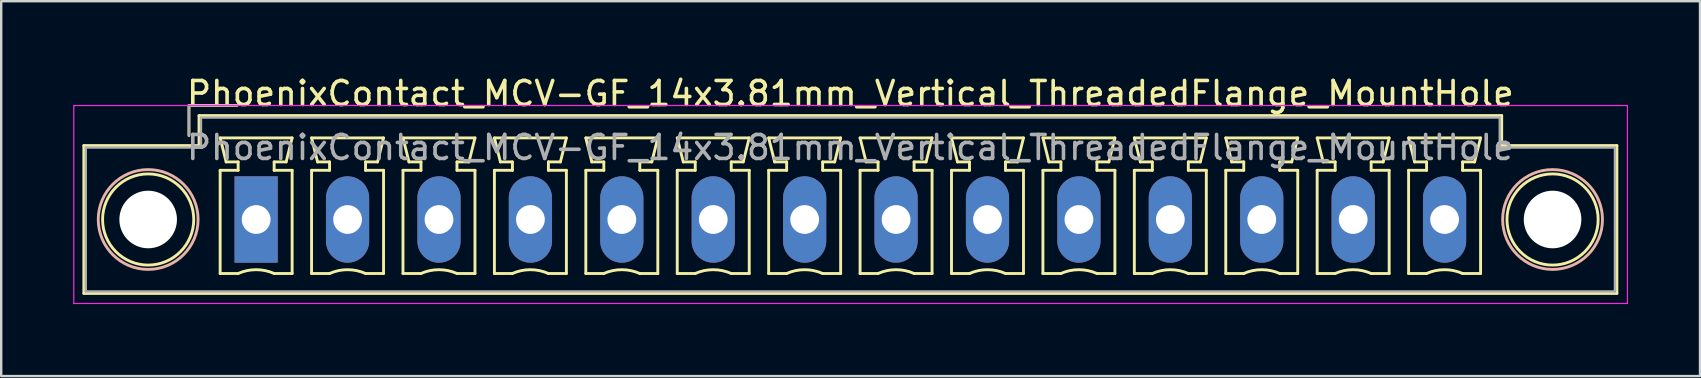
<source format=kicad_pcb>
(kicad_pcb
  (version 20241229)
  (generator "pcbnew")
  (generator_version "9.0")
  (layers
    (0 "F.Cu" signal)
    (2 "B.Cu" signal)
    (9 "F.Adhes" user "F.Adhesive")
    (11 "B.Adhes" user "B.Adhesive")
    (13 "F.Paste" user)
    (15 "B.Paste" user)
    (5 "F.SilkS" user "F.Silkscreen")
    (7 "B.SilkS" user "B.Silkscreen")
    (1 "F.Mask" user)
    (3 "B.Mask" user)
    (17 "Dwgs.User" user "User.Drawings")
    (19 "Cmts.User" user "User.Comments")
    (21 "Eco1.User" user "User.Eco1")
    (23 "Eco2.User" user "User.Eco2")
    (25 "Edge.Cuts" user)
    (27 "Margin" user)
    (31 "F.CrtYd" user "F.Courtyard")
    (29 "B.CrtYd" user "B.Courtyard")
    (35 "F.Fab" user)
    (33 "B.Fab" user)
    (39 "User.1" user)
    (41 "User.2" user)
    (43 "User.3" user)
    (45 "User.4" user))
  (footprint "PhoenixContact_MCV-GF_14x3.81mm_Vertical_ThreadedFlange_MountHole"
    (layer "F.Cu")
    (at 7.625 6.098)
    (property "Reference" "PhoenixContact_MCV-GF_14x3.81mm_Vertical_ThreadedFlange_MountHole" (at 24.765 -5.25 0) (layer "F.SilkS") (effects (font (size 1 1) (thickness 0.15))))
    (attr through_hole)
    (fp_line (start -7.18 -3.08) (end -7.18 3.08) (stroke (width 0.12) (type solid)) (layer "F.SilkS"))
    (fp_line (start -7.18 3.08) (end 56.71 3.08) (stroke (width 0.12) (type solid)) (layer "F.SilkS"))
    (fp_line (start -2.8 -4.75) (end -0.8 -4.75) (stroke (width 0.12) (type solid)) (layer "F.SilkS"))
    (fp_line (start -2.8 -3.5) (end -2.8 -4.75) (stroke (width 0.12) (type solid)) (layer "F.SilkS"))
    (fp_line (start -2.38 -4.33) (end -2.38 -3.08) (stroke (width 0.12) (type solid)) (layer "F.SilkS"))
    (fp_line (start -2.38 -3.08) (end -7.18 -3.08) (stroke (width 0.12) (type solid)) (layer "F.SilkS"))
    (fp_line (start -1.5 -3.4) (end 1.5 -3.4) (stroke (width 0.12) (type solid)) (layer "F.SilkS"))
    (fp_line (start -1.5 -2.05) (end -0.75 -2.05) (stroke (width 0.12) (type solid)) (layer "F.SilkS"))
    (fp_line (start -1.5 2.25) (end -1.5 -2.05) (stroke (width 0.12) (type solid)) (layer "F.SilkS"))
    (fp_line (start -1.25 -2.4) (end -1.5 -3.4) (stroke (width 0.12) (type solid)) (layer "F.SilkS"))
    (fp_line (start -0.75 -2.4) (end -1.25 -2.4) (stroke (width 0.12) (type solid)) (layer "F.SilkS"))
    (fp_line (start -0.75 -2.05) (end -0.75 -2.4) (stroke (width 0.12) (type solid)) (layer "F.SilkS"))
    (fp_line (start -0.75 2.25) (end -1.5 2.25) (stroke (width 0.12) (type solid)) (layer "F.SilkS"))
    (fp_line (start 0.75 -2.4) (end 0.75 -2.05) (stroke (width 0.12) (type solid)) (layer "F.SilkS"))
    (fp_line (start 0.75 -2.05) (end 1.5 -2.05) (stroke (width 0.12) (type solid)) (layer "F.SilkS"))
    (fp_line (start 1.25 -2.4) (end 0.75 -2.4) (stroke (width 0.12) (type solid)) (layer "F.SilkS"))
    (fp_line (start 1.5 -3.4) (end 1.25 -2.4) (stroke (width 0.12) (type solid)) (layer "F.SilkS"))
    (fp_line (start 1.5 -2.05) (end 1.5 2.25) (stroke (width 0.12) (type solid)) (layer "F.SilkS"))
    (fp_line (start 1.5 2.25) (end 0.75 2.25) (stroke (width 0.12) (type solid)) (layer "F.SilkS"))
    (fp_line (start 2.31 -3.4) (end 5.31 -3.4) (stroke (width 0.12) (type solid)) (layer "F.SilkS"))
    (fp_line (start 2.31 -2.05) (end 3.06 -2.05) (stroke (width 0.12) (type solid)) (layer "F.SilkS"))
    (fp_line (start 2.31 2.25) (end 2.31 -2.05) (stroke (width 0.12) (type solid)) (layer "F.SilkS"))
    (fp_line (start 2.56 -2.4) (end 2.31 -3.4) (stroke (width 0.12) (type solid)) (layer "F.SilkS"))
    (fp_line (start 3.06 -2.4) (end 2.56 -2.4) (stroke (width 0.12) (type solid)) (layer "F.SilkS"))
    (fp_line (start 3.06 -2.05) (end 3.06 -2.4) (stroke (width 0.12) (type solid)) (layer "F.SilkS"))
    (fp_line (start 3.06 2.25) (end 2.31 2.25) (stroke (width 0.12) (type solid)) (layer "F.SilkS"))
    (fp_line (start 4.56 -2.4) (end 4.56 -2.05) (stroke (width 0.12) (type solid)) (layer "F.SilkS"))
    (fp_line (start 4.56 -2.05) (end 5.31 -2.05) (stroke (width 0.12) (type solid)) (layer "F.SilkS"))
    (fp_line (start 5.06 -2.4) (end 4.56 -2.4) (stroke (width 0.12) (type solid)) (layer "F.SilkS"))
    (fp_line (start 5.31 -3.4) (end 5.06 -2.4) (stroke (width 0.12) (type solid)) (layer "F.SilkS"))
    (fp_line (start 5.31 -2.05) (end 5.31 2.25) (stroke (width 0.12) (type solid)) (layer "F.SilkS"))
    (fp_line (start 5.31 2.25) (end 4.56 2.25) (stroke (width 0.12) (type solid)) (layer "F.SilkS"))
    (fp_line (start 6.12 -3.4) (end 9.12 -3.4) (stroke (width 0.12) (type solid)) (layer "F.SilkS"))
    (fp_line (start 6.12 -2.05) (end 6.87 -2.05) (stroke (width 0.12) (type solid)) (layer "F.SilkS"))
    (fp_line (start 6.12 2.25) (end 6.12 -2.05) (stroke (width 0.12) (type solid)) (layer "F.SilkS"))
    (fp_line (start 6.37 -2.4) (end 6.12 -3.4) (stroke (width 0.12) (type solid)) (layer "F.SilkS"))
    (fp_line (start 6.87 -2.4) (end 6.37 -2.4) (stroke (width 0.12) (type solid)) (layer "F.SilkS"))
    (fp_line (start 6.87 -2.05) (end 6.87 -2.4) (stroke (width 0.12) (type solid)) (layer "F.SilkS"))
    (fp_line (start 6.87 2.25) (end 6.12 2.25) (stroke (width 0.12) (type solid)) (layer "F.SilkS"))
    (fp_line (start 8.37 -2.4) (end 8.37 -2.05) (stroke (width 0.12) (type solid)) (layer "F.SilkS"))
    (fp_line (start 8.37 -2.05) (end 9.12 -2.05) (stroke (width 0.12) (type solid)) (layer "F.SilkS"))
    (fp_line (start 8.87 -2.4) (end 8.37 -2.4) (stroke (width 0.12) (type solid)) (layer "F.SilkS"))
    (fp_line (start 9.12 -3.4) (end 8.87 -2.4) (stroke (width 0.12) (type solid)) (layer "F.SilkS"))
    (fp_line (start 9.12 -2.05) (end 9.12 2.25) (stroke (width 0.12) (type solid)) (layer "F.SilkS"))
    (fp_line (start 9.12 2.25) (end 8.37 2.25) (stroke (width 0.12) (type solid)) (layer "F.SilkS"))
    (fp_line (start 9.93 -3.4) (end 12.93 -3.4) (stroke (width 0.12) (type solid)) (layer "F.SilkS"))
    (fp_line (start 9.93 -2.05) (end 10.68 -2.05) (stroke (width 0.12) (type solid)) (layer "F.SilkS"))
    (fp_line (start 9.93 2.25) (end 9.93 -2.05) (stroke (width 0.12) (type solid)) (layer "F.SilkS"))
    (fp_line (start 10.18 -2.4) (end 9.93 -3.4) (stroke (width 0.12) (type solid)) (layer "F.SilkS"))
    (fp_line (start 10.68 -2.4) (end 10.18 -2.4) (stroke (width 0.12) (type solid)) (layer "F.SilkS"))
    (fp_line (start 10.68 -2.05) (end 10.68 -2.4) (stroke (width 0.12) (type solid)) (layer "F.SilkS"))
    (fp_line (start 10.68 2.25) (end 9.93 2.25) (stroke (width 0.12) (type solid)) (layer "F.SilkS"))
    (fp_line (start 12.18 -2.4) (end 12.18 -2.05) (stroke (width 0.12) (type solid)) (layer "F.SilkS"))
    (fp_line (start 12.18 -2.05) (end 12.93 -2.05) (stroke (width 0.12) (type solid)) (layer "F.SilkS"))
    (fp_line (start 12.68 -2.4) (end 12.18 -2.4) (stroke (width 0.12) (type solid)) (layer "F.SilkS"))
    (fp_line (start 12.93 -3.4) (end 12.68 -2.4) (stroke (width 0.12) (type solid)) (layer "F.SilkS"))
    (fp_line (start 12.93 -2.05) (end 12.93 2.25) (stroke (width 0.12) (type solid)) (layer "F.SilkS"))
    (fp_line (start 12.93 2.25) (end 12.18 2.25) (stroke (width 0.12) (type solid)) (layer "F.SilkS"))
    (fp_line (start 13.74 -3.4) (end 16.74 -3.4) (stroke (width 0.12) (type solid)) (layer "F.SilkS"))
    (fp_line (start 13.74 -2.05) (end 14.49 -2.05) (stroke (width 0.12) (type solid)) (layer "F.SilkS"))
    (fp_line (start 13.74 2.25) (end 13.74 -2.05) (stroke (width 0.12) (type solid)) (layer "F.SilkS"))
    (fp_line (start 13.99 -2.4) (end 13.74 -3.4) (stroke (width 0.12) (type solid)) (layer "F.SilkS"))
    (fp_line (start 14.49 -2.4) (end 13.99 -2.4) (stroke (width 0.12) (type solid)) (layer "F.SilkS"))
    (fp_line (start 14.49 -2.05) (end 14.49 -2.4) (stroke (width 0.12) (type solid)) (layer "F.SilkS"))
    (fp_line (start 14.49 2.25) (end 13.74 2.25) (stroke (width 0.12) (type solid)) (layer "F.SilkS"))
    (fp_line (start 15.99 -2.4) (end 15.99 -2.05) (stroke (width 0.12) (type solid)) (layer "F.SilkS"))
    (fp_line (start 15.99 -2.05) (end 16.74 -2.05) (stroke (width 0.12) (type solid)) (layer "F.SilkS"))
    (fp_line (start 16.49 -2.4) (end 15.99 -2.4) (stroke (width 0.12) (type solid)) (layer "F.SilkS"))
    (fp_line (start 16.74 -3.4) (end 16.49 -2.4) (stroke (width 0.12) (type solid)) (layer "F.SilkS"))
    (fp_line (start 16.74 -2.05) (end 16.74 2.25) (stroke (width 0.12) (type solid)) (layer "F.SilkS"))
    (fp_line (start 16.74 2.25) (end 15.99 2.25) (stroke (width 0.12) (type solid)) (layer "F.SilkS"))
    (fp_line (start 17.55 -3.4) (end 20.55 -3.4) (stroke (width 0.12) (type solid)) (layer "F.SilkS"))
    (fp_line (start 17.55 -2.05) (end 18.3 -2.05) (stroke (width 0.12) (type solid)) (layer "F.SilkS"))
    (fp_line (start 17.55 2.25) (end 17.55 -2.05) (stroke (width 0.12) (type solid)) (layer "F.SilkS"))
    (fp_line (start 17.8 -2.4) (end 17.55 -3.4) (stroke (width 0.12) (type solid)) (layer "F.SilkS"))
    (fp_line (start 18.3 -2.4) (end 17.8 -2.4) (stroke (width 0.12) (type solid)) (layer "F.SilkS"))
    (fp_line (start 18.3 -2.05) (end 18.3 -2.4) (stroke (width 0.12) (type solid)) (layer "F.SilkS"))
    (fp_line (start 18.3 2.25) (end 17.55 2.25) (stroke (width 0.12) (type solid)) (layer "F.SilkS"))
    (fp_line (start 19.8 -2.4) (end 19.8 -2.05) (stroke (width 0.12) (type solid)) (layer "F.SilkS"))
    (fp_line (start 19.8 -2.05) (end 20.55 -2.05) (stroke (width 0.12) (type solid)) (layer "F.SilkS"))
    (fp_line (start 20.3 -2.4) (end 19.8 -2.4) (stroke (width 0.12) (type solid)) (layer "F.SilkS"))
    (fp_line (start 20.55 -3.4) (end 20.3 -2.4) (stroke (width 0.12) (type solid)) (layer "F.SilkS"))
    (fp_line (start 20.55 -2.05) (end 20.55 2.25) (stroke (width 0.12) (type solid)) (layer "F.SilkS"))
    (fp_line (start 20.55 2.25) (end 19.8 2.25) (stroke (width 0.12) (type solid)) (layer "F.SilkS"))
    (fp_line (start 21.36 -3.4) (end 24.36 -3.4) (stroke (width 0.12) (type solid)) (layer "F.SilkS"))
    (fp_line (start 21.36 -2.05) (end 22.11 -2.05) (stroke (width 0.12) (type solid)) (layer "F.SilkS"))
    (fp_line (start 21.36 2.25) (end 21.36 -2.05) (stroke (width 0.12) (type solid)) (layer "F.SilkS"))
    (fp_line (start 21.61 -2.4) (end 21.36 -3.4) (stroke (width 0.12) (type solid)) (layer "F.SilkS"))
    (fp_line (start 22.11 -2.4) (end 21.61 -2.4) (stroke (width 0.12) (type solid)) (layer "F.SilkS"))
    (fp_line (start 22.11 -2.05) (end 22.11 -2.4) (stroke (width 0.12) (type solid)) (layer "F.SilkS"))
    (fp_line (start 22.11 2.25) (end 21.36 2.25) (stroke (width 0.12) (type solid)) (layer "F.SilkS"))
    (fp_line (start 23.61 -2.4) (end 23.61 -2.05) (stroke (width 0.12) (type solid)) (layer "F.SilkS"))
    (fp_line (start 23.61 -2.05) (end 24.36 -2.05) (stroke (width 0.12) (type solid)) (layer "F.SilkS"))
    (fp_line (start 24.11 -2.4) (end 23.61 -2.4) (stroke (width 0.12) (type solid)) (layer "F.SilkS"))
    (fp_line (start 24.36 -3.4) (end 24.11 -2.4) (stroke (width 0.12) (type solid)) (layer "F.SilkS"))
    (fp_line (start 24.36 -2.05) (end 24.36 2.25) (stroke (width 0.12) (type solid)) (layer "F.SilkS"))
    (fp_line (start 24.36 2.25) (end 23.61 2.25) (stroke (width 0.12) (type solid)) (layer "F.SilkS"))
    (fp_line (start 25.17 -3.4) (end 28.17 -3.4) (stroke (width 0.12) (type solid)) (layer "F.SilkS"))
    (fp_line (start 25.17 -2.05) (end 25.92 -2.05) (stroke (width 0.12) (type solid)) (layer "F.SilkS"))
    (fp_line (start 25.17 2.25) (end 25.17 -2.05) (stroke (width 0.12) (type solid)) (layer "F.SilkS"))
    (fp_line (start 25.42 -2.4) (end 25.17 -3.4) (stroke (width 0.12) (type solid)) (layer "F.SilkS"))
    (fp_line (start 25.92 -2.4) (end 25.42 -2.4) (stroke (width 0.12) (type solid)) (layer "F.SilkS"))
    (fp_line (start 25.92 -2.05) (end 25.92 -2.4) (stroke (width 0.12) (type solid)) (layer "F.SilkS"))
    (fp_line (start 25.92 2.25) (end 25.17 2.25) (stroke (width 0.12) (type solid)) (layer "F.SilkS"))
    (fp_line (start 27.42 -2.4) (end 27.42 -2.05) (stroke (width 0.12) (type solid)) (layer "F.SilkS"))
    (fp_line (start 27.42 -2.05) (end 28.17 -2.05) (stroke (width 0.12) (type solid)) (layer "F.SilkS"))
    (fp_line (start 27.92 -2.4) (end 27.42 -2.4) (stroke (width 0.12) (type solid)) (layer "F.SilkS"))
    (fp_line (start 28.17 -3.4) (end 27.92 -2.4) (stroke (width 0.12) (type solid)) (layer "F.SilkS"))
    (fp_line (start 28.17 -2.05) (end 28.17 2.25) (stroke (width 0.12) (type solid)) (layer "F.SilkS"))
    (fp_line (start 28.17 2.25) (end 27.42 2.25) (stroke (width 0.12) (type solid)) (layer "F.SilkS"))
    (fp_line (start 28.98 -3.4) (end 31.98 -3.4) (stroke (width 0.12) (type solid)) (layer "F.SilkS"))
    (fp_line (start 28.98 -2.05) (end 29.73 -2.05) (stroke (width 0.12) (type solid)) (layer "F.SilkS"))
    (fp_line (start 28.98 2.25) (end 28.98 -2.05) (stroke (width 0.12) (type solid)) (layer "F.SilkS"))
    (fp_line (start 29.23 -2.4) (end 28.98 -3.4) (stroke (width 0.12) (type solid)) (layer "F.SilkS"))
    (fp_line (start 29.73 -2.4) (end 29.23 -2.4) (stroke (width 0.12) (type solid)) (layer "F.SilkS"))
    (fp_line (start 29.73 -2.05) (end 29.73 -2.4) (stroke (width 0.12) (type solid)) (layer "F.SilkS"))
    (fp_line (start 29.73 2.25) (end 28.98 2.25) (stroke (width 0.12) (type solid)) (layer "F.SilkS"))
    (fp_line (start 31.23 -2.4) (end 31.23 -2.05) (stroke (width 0.12) (type solid)) (layer "F.SilkS"))
    (fp_line (start 31.23 -2.05) (end 31.98 -2.05) (stroke (width 0.12) (type solid)) (layer "F.SilkS"))
    (fp_line (start 31.73 -2.4) (end 31.23 -2.4) (stroke (width 0.12) (type solid)) (layer "F.SilkS"))
    (fp_line (start 31.98 -3.4) (end 31.73 -2.4) (stroke (width 0.12) (type solid)) (layer "F.SilkS"))
    (fp_line (start 31.98 -2.05) (end 31.98 2.25) (stroke (width 0.12) (type solid)) (layer "F.SilkS"))
    (fp_line (start 31.98 2.25) (end 31.23 2.25) (stroke (width 0.12) (type solid)) (layer "F.SilkS"))
    (fp_line (start 32.79 -3.4) (end 35.79 -3.4) (stroke (width 0.12) (type solid)) (layer "F.SilkS"))
    (fp_line (start 32.79 -2.05) (end 33.54 -2.05) (stroke (width 0.12) (type solid)) (layer "F.SilkS"))
    (fp_line (start 32.79 2.25) (end 32.79 -2.05) (stroke (width 0.12) (type solid)) (layer "F.SilkS"))
    (fp_line (start 33.04 -2.4) (end 32.79 -3.4) (stroke (width 0.12) (type solid)) (layer "F.SilkS"))
    (fp_line (start 33.54 -2.4) (end 33.04 -2.4) (stroke (width 0.12) (type solid)) (layer "F.SilkS"))
    (fp_line (start 33.54 -2.05) (end 33.54 -2.4) (stroke (width 0.12) (type solid)) (layer "F.SilkS"))
    (fp_line (start 33.54 2.25) (end 32.79 2.25) (stroke (width 0.12) (type solid)) (layer "F.SilkS"))
    (fp_line (start 35.04 -2.4) (end 35.04 -2.05) (stroke (width 0.12) (type solid)) (layer "F.SilkS"))
    (fp_line (start 35.04 -2.05) (end 35.79 -2.05) (stroke (width 0.12) (type solid)) (layer "F.SilkS"))
    (fp_line (start 35.54 -2.4) (end 35.04 -2.4) (stroke (width 0.12) (type solid)) (layer "F.SilkS"))
    (fp_line (start 35.79 -3.4) (end 35.54 -2.4) (stroke (width 0.12) (type solid)) (layer "F.SilkS"))
    (fp_line (start 35.79 -2.05) (end 35.79 2.25) (stroke (width 0.12) (type solid)) (layer "F.SilkS"))
    (fp_line (start 35.79 2.25) (end 35.04 2.25) (stroke (width 0.12) (type solid)) (layer "F.SilkS"))
    (fp_line (start 36.6 -3.4) (end 39.6 -3.4) (stroke (width 0.12) (type solid)) (layer "F.SilkS"))
    (fp_line (start 36.6 -2.05) (end 37.35 -2.05) (stroke (width 0.12) (type solid)) (layer "F.SilkS"))
    (fp_line (start 36.6 2.25) (end 36.6 -2.05) (stroke (width 0.12) (type solid)) (layer "F.SilkS"))
    (fp_line (start 36.85 -2.4) (end 36.6 -3.4) (stroke (width 0.12) (type solid)) (layer "F.SilkS"))
    (fp_line (start 37.35 -2.4) (end 36.85 -2.4) (stroke (width 0.12) (type solid)) (layer "F.SilkS"))
    (fp_line (start 37.35 -2.05) (end 37.35 -2.4) (stroke (width 0.12) (type solid)) (layer "F.SilkS"))
    (fp_line (start 37.35 2.25) (end 36.6 2.25) (stroke (width 0.12) (type solid)) (layer "F.SilkS"))
    (fp_line (start 38.85 -2.4) (end 38.85 -2.05) (stroke (width 0.12) (type solid)) (layer "F.SilkS"))
    (fp_line (start 38.85 -2.05) (end 39.6 -2.05) (stroke (width 0.12) (type solid)) (layer "F.SilkS"))
    (fp_line (start 39.35 -2.4) (end 38.85 -2.4) (stroke (width 0.12) (type solid)) (layer "F.SilkS"))
    (fp_line (start 39.6 -3.4) (end 39.35 -2.4) (stroke (width 0.12) (type solid)) (layer "F.SilkS"))
    (fp_line (start 39.6 -2.05) (end 39.6 2.25) (stroke (width 0.12) (type solid)) (layer "F.SilkS"))
    (fp_line (start 39.6 2.25) (end 38.85 2.25) (stroke (width 0.12) (type solid)) (layer "F.SilkS"))
    (fp_line (start 40.41 -3.4) (end 43.41 -3.4) (stroke (width 0.12) (type solid)) (layer "F.SilkS"))
    (fp_line (start 40.41 -2.05) (end 41.16 -2.05) (stroke (width 0.12) (type solid)) (layer "F.SilkS"))
    (fp_line (start 40.41 2.25) (end 40.41 -2.05) (stroke (width 0.12) (type solid)) (layer "F.SilkS"))
    (fp_line (start 40.66 -2.4) (end 40.41 -3.4) (stroke (width 0.12) (type solid)) (layer "F.SilkS"))
    (fp_line (start 41.16 -2.4) (end 40.66 -2.4) (stroke (width 0.12) (type solid)) (layer "F.SilkS"))
    (fp_line (start 41.16 -2.05) (end 41.16 -2.4) (stroke (width 0.12) (type solid)) (layer "F.SilkS"))
    (fp_line (start 41.16 2.25) (end 40.41 2.25) (stroke (width 0.12) (type solid)) (layer "F.SilkS"))
    (fp_line (start 42.66 -2.4) (end 42.66 -2.05) (stroke (width 0.12) (type solid)) (layer "F.SilkS"))
    (fp_line (start 42.66 -2.05) (end 43.41 -2.05) (stroke (width 0.12) (type solid)) (layer "F.SilkS"))
    (fp_line (start 43.16 -2.4) (end 42.66 -2.4) (stroke (width 0.12) (type solid)) (layer "F.SilkS"))
    (fp_line (start 43.41 -3.4) (end 43.16 -2.4) (stroke (width 0.12) (type solid)) (layer "F.SilkS"))
    (fp_line (start 43.41 -2.05) (end 43.41 2.25) (stroke (width 0.12) (type solid)) (layer "F.SilkS"))
    (fp_line (start 43.41 2.25) (end 42.66 2.25) (stroke (width 0.12) (type solid)) (layer "F.SilkS"))
    (fp_line (start 44.22 -3.4) (end 47.22 -3.4) (stroke (width 0.12) (type solid)) (layer "F.SilkS"))
    (fp_line (start 44.22 -2.05) (end 44.97 -2.05) (stroke (width 0.12) (type solid)) (layer "F.SilkS"))
    (fp_line (start 44.22 2.25) (end 44.22 -2.05) (stroke (width 0.12) (type solid)) (layer "F.SilkS"))
    (fp_line (start 44.47 -2.4) (end 44.22 -3.4) (stroke (width 0.12) (type solid)) (layer "F.SilkS"))
    (fp_line (start 44.97 -2.4) (end 44.47 -2.4) (stroke (width 0.12) (type solid)) (layer "F.SilkS"))
    (fp_line (start 44.97 -2.05) (end 44.97 -2.4) (stroke (width 0.12) (type solid)) (layer "F.SilkS"))
    (fp_line (start 44.97 2.25) (end 44.22 2.25) (stroke (width 0.12) (type solid)) (layer "F.SilkS"))
    (fp_line (start 46.47 -2.4) (end 46.47 -2.05) (stroke (width 0.12) (type solid)) (layer "F.SilkS"))
    (fp_line (start 46.47 -2.05) (end 47.22 -2.05) (stroke (width 0.12) (type solid)) (layer "F.SilkS"))
    (fp_line (start 46.97 -2.4) (end 46.47 -2.4) (stroke (width 0.12) (type solid)) (layer "F.SilkS"))
    (fp_line (start 47.22 -3.4) (end 46.97 -2.4) (stroke (width 0.12) (type solid)) (layer "F.SilkS"))
    (fp_line (start 47.22 -2.05) (end 47.22 2.25) (stroke (width 0.12) (type solid)) (layer "F.SilkS"))
    (fp_line (start 47.22 2.25) (end 46.47 2.25) (stroke (width 0.12) (type solid)) (layer "F.SilkS"))
    (fp_line (start 48.03 -3.4) (end 51.03 -3.4) (stroke (width 0.12) (type solid)) (layer "F.SilkS"))
    (fp_line (start 48.03 -2.05) (end 48.78 -2.05) (stroke (width 0.12) (type solid)) (layer "F.SilkS"))
    (fp_line (start 48.03 2.25) (end 48.03 -2.05) (stroke (width 0.12) (type solid)) (layer "F.SilkS"))
    (fp_line (start 48.28 -2.4) (end 48.03 -3.4) (stroke (width 0.12) (type solid)) (layer "F.SilkS"))
    (fp_line (start 48.78 -2.4) (end 48.28 -2.4) (stroke (width 0.12) (type solid)) (layer "F.SilkS"))
    (fp_line (start 48.78 -2.05) (end 48.78 -2.4) (stroke (width 0.12) (type solid)) (layer "F.SilkS"))
    (fp_line (start 48.78 2.25) (end 48.03 2.25) (stroke (width 0.12) (type solid)) (layer "F.SilkS"))
    (fp_line (start 50.28 -2.4) (end 50.28 -2.05) (stroke (width 0.12) (type solid)) (layer "F.SilkS"))
    (fp_line (start 50.28 -2.05) (end 51.03 -2.05) (stroke (width 0.12) (type solid)) (layer "F.SilkS"))
    (fp_line (start 50.78 -2.4) (end 50.28 -2.4) (stroke (width 0.12) (type solid)) (layer "F.SilkS"))
    (fp_line (start 51.03 -3.4) (end 50.78 -2.4) (stroke (width 0.12) (type solid)) (layer "F.SilkS"))
    (fp_line (start 51.03 -2.05) (end 51.03 2.25) (stroke (width 0.12) (type solid)) (layer "F.SilkS"))
    (fp_line (start 51.03 2.25) (end 50.28 2.25) (stroke (width 0.12) (type solid)) (layer "F.SilkS"))
    (fp_line (start 51.91 -4.33) (end -2.38 -4.33) (stroke (width 0.12) (type solid)) (layer "F.SilkS"))
    (fp_line (start 51.91 -3.08) (end 51.91 -4.33) (stroke (width 0.12) (type solid)) (layer "F.SilkS"))
    (fp_line (start 56.71 -3.08) (end 51.91 -3.08) (stroke (width 0.12) (type solid)) (layer "F.SilkS"))
    (fp_line (start 56.71 3.08) (end 56.71 -3.08) (stroke (width 0.12) (type solid)) (layer "F.SilkS"))
    (fp_arc (start -0.75 2.25) (mid -0.000193 2.09191) (end 0.749647 2.249844) (stroke (width 0.12) (type solid)) (layer "F.SilkS"))
    (fp_arc (start 3.06 2.25) (mid 3.809807 2.09191) (end 4.559647 2.249844) (stroke (width 0.12) (type solid)) (layer "F.SilkS"))
    (fp_arc (start 6.87 2.25) (mid 7.619807 2.09191) (end 8.369647 2.249844) (stroke (width 0.12) (type solid)) (layer "F.SilkS"))
    (fp_arc (start 10.68 2.25) (mid 11.429807 2.09191) (end 12.179647 2.249844) (stroke (width 0.12) (type solid)) (layer "F.SilkS"))
    (fp_arc (start 14.49 2.25) (mid 15.239807 2.09191) (end 15.989647 2.249844) (stroke (width 0.12) (type solid)) (layer "F.SilkS"))
    (fp_arc (start 18.3 2.25) (mid 19.049807 2.09191) (end 19.799647 2.249844) (stroke (width 0.12) (type solid)) (layer "F.SilkS"))
    (fp_arc (start 22.11 2.25) (mid 22.859807 2.09191) (end 23.609647 2.249844) (stroke (width 0.12) (type solid)) (layer "F.SilkS"))
    (fp_arc (start 25.92 2.25) (mid 26.669807 2.09191) (end 27.419647 2.249844) (stroke (width 0.12) (type solid)) (layer "F.SilkS"))
    (fp_arc (start 29.73 2.25) (mid 30.479807 2.09191) (end 31.229647 2.249844) (stroke (width 0.12) (type solid)) (layer "F.SilkS"))
    (fp_arc (start 33.54 2.25) (mid 34.289807 2.09191) (end 35.039647 2.249844) (stroke (width 0.12) (type solid)) (layer "F.SilkS"))
    (fp_arc (start 37.35 2.25) (mid 38.099807 2.09191) (end 38.849647 2.249844) (stroke (width 0.12) (type solid)) (layer "F.SilkS"))
    (fp_arc (start 41.16 2.25) (mid 41.909807 2.09191) (end 42.659647 2.249844) (stroke (width 0.12) (type solid)) (layer "F.SilkS"))
    (fp_arc (start 44.97 2.25) (mid 45.719807 2.09191) (end 46.469647 2.249844) (stroke (width 0.12) (type solid)) (layer "F.SilkS"))
    (fp_arc (start 48.78 2.25) (mid 49.529807 2.09191) (end 50.279647 2.249844) (stroke (width 0.12) (type solid)) (layer "F.SilkS"))
    (fp_circle (center -4.5 0) (end -2.6 0) (stroke (width 0.12) (type solid)) (fill no) (layer "F.SilkS"))
    (fp_circle (center 54.03 0) (end 55.93 0) (stroke (width 0.12) (type solid)) (fill no) (layer "F.SilkS"))
    (fp_circle (center -4.5 0) (end -2.42 0) (stroke (width 0.12) (type solid)) (fill no) (layer "B.SilkS"))
    (fp_circle (center 54.03 0) (end 56.11 0) (stroke (width 0.12) (type solid)) (fill no) (layer "B.SilkS"))
    (fp_line (start -7.6 -4.75) (end -7.6 3.5) (stroke (width 0.05) (type solid)) (layer "F.CrtYd"))
    (fp_line (start -7.6 3.5) (end 57.15 3.5) (stroke (width 0.05) (type solid)) (layer "F.CrtYd"))
    (fp_line (start 57.15 -4.75) (end -7.6 -4.75) (stroke (width 0.05) (type solid)) (layer "F.CrtYd"))
    (fp_line (start 57.15 3.5) (end 57.15 -4.75) (stroke (width 0.05) (type solid)) (layer "F.CrtYd"))
    (fp_line (start -7.1 -3) (end -7.1 3) (stroke (width 0.1) (type solid)) (layer "F.Fab"))
    (fp_line (start -7.1 3) (end 56.63 3) (stroke (width 0.1) (type solid)) (layer "F.Fab"))
    (fp_line (start -2.8 -4.75) (end -0.8 -4.75) (stroke (width 0.1) (type solid)) (layer "F.Fab"))
    (fp_line (start -2.8 -3.5) (end -2.8 -4.75) (stroke (width 0.1) (type solid)) (layer "F.Fab"))
    (fp_line (start -2.3 -4.25) (end -2.3 -3) (stroke (width 0.1) (type solid)) (layer "F.Fab"))
    (fp_line (start -2.3 -3) (end -7.1 -3) (stroke (width 0.1) (type solid)) (layer "F.Fab"))
    (fp_line (start 51.83 -4.25) (end -2.3 -4.25) (stroke (width 0.1) (type solid)) (layer "F.Fab"))
    (fp_line (start 51.83 -3) (end 51.83 -4.25) (stroke (width 0.1) (type solid)) (layer "F.Fab"))
    (fp_line (start 56.63 -3) (end 51.83 -3) (stroke (width 0.1) (type solid)) (layer "F.Fab"))
    (fp_line (start 56.63 3) (end 56.63 -3) (stroke (width 0.1) (type solid)) (layer "F.Fab"))
    (fp_text user "${REFERENCE}" (at 24.765 -3 0) (layer "F.Fab") (effects (font (size 1 1) (thickness 0.15))))
    (pad "" np_thru_hole circle (at -4.5 0) (size 2.4 2.4) (drill 2.4) (layers "*.Cu" "*.Mask"))
    (pad "" np_thru_hole circle (at 54.03 0) (size 2.4 2.4) (drill 2.4) (layers "*.Cu" "*.Mask"))
    (pad "1" thru_hole rect (at 0 0) (size 1.8 3.6) (drill 1.2) (layers "*.Cu" "*.Mask"))
    (pad "2" thru_hole oval (at 3.81 0) (size 1.8 3.6) (drill 1.2) (layers "*.Cu" "*.Mask"))
    (pad "3" thru_hole oval (at 7.62 0) (size 1.8 3.6) (drill 1.2) (layers "*.Cu" "*.Mask"))
    (pad "4" thru_hole oval (at 11.43 0) (size 1.8 3.6) (drill 1.2) (layers "*.Cu" "*.Mask"))
    (pad "5" thru_hole oval (at 15.24 0) (size 1.8 3.6) (drill 1.2) (layers "*.Cu" "*.Mask"))
    (pad "6" thru_hole oval (at 19.05 0) (size 1.8 3.6) (drill 1.2) (layers "*.Cu" "*.Mask"))
    (pad "7" thru_hole oval (at 22.86 0) (size 1.8 3.6) (drill 1.2) (layers "*.Cu" "*.Mask"))
    (pad "8" thru_hole oval (at 26.67 0) (size 1.8 3.6) (drill 1.2) (layers "*.Cu" "*.Mask"))
    (pad "9" thru_hole oval (at 30.48 0) (size 1.8 3.6) (drill 1.2) (layers "*.Cu" "*.Mask"))
    (pad "10" thru_hole oval (at 34.29 0) (size 1.8 3.6) (drill 1.2) (layers "*.Cu" "*.Mask"))
    (pad "11" thru_hole oval (at 38.1 0) (size 1.8 3.6) (drill 1.2) (layers "*.Cu" "*.Mask"))
    (pad "12" thru_hole oval (at 41.91 0) (size 1.8 3.6) (drill 1.2) (layers "*.Cu" "*.Mask"))
    (pad "13" thru_hole oval (at 45.72 0) (size 1.8 3.6) (drill 1.2) (layers "*.Cu" "*.Mask"))
    (pad "14" thru_hole oval (at 49.53 0) (size 1.8 3.6) (drill 1.2) (layers "*.Cu" "*.Mask")))
  (gr_rect
    (start -3 -3)
    (end 67.8 12.623)
    (stroke (width 0.1) (type default))
    (fill no)
    (layer "Edge.Cuts")))
</source>
